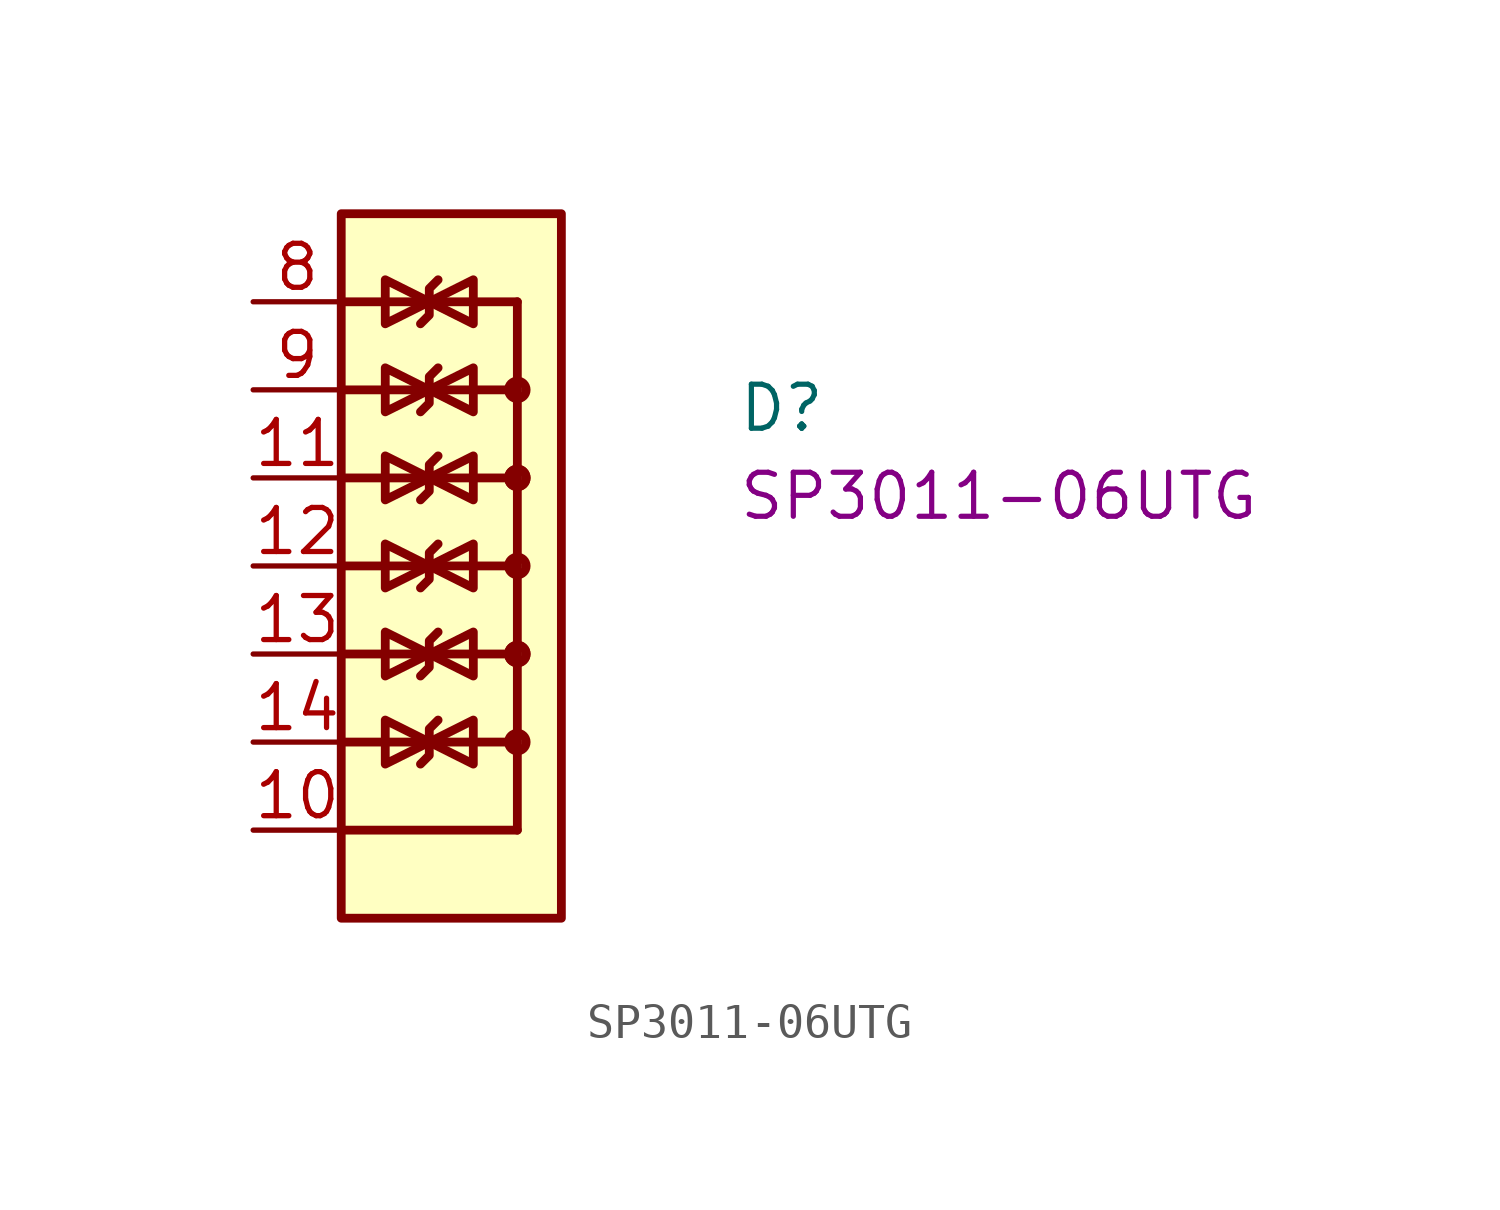
<source format=kicad_sym>
(kicad_symbol_lib
  (version 20220914)
  (generator kicad_symbol_editor)
  (symbol "SP3011-06UTG"
    (pin_names hide)
    (property "Reference" "D"
      (at 13.97 -3.81 0)
      (effects (font (size 1.27 1.27) (thickness 0.15)) (justify left bottom)))
    (property "MPN" "SP3011-06UTG"
      (at 13.97 -6.35 0)
      (effects (font (size 1.27 1.27) (thickness 0.15)) (justify left bottom)))
    (symbol "SP3011-06UTG_0_0"
      (pin passive line (at 0 -5.08 0) (length 2.54) (name "~" (effects (font (size 1.27 1.27)))) (number "11" (effects (font (size 1.27 1.27)))))
      (pin passive line (at 0 -7.62 0) (length 2.54) (name "~" (effects (font (size 1.27 1.27)))) (number "12" (effects (font (size 1.27 1.27)))))
      (pin passive line (at 0 -10.16 0) (length 2.54) (name "~" (effects (font (size 1.27 1.27)))) (number "13" (effects (font (size 1.27 1.27)))))
      (pin passive line (at 0 -12.7 0) (length 2.54) (name "~" (effects (font (size 1.27 1.27)))) (number "14" (effects (font (size 1.27 1.27))))))
    (symbol "SP3011-06UTG_1_1"
      (polyline (pts (xy 2.54 -12.7) (xy 7.62 -12.7)) (stroke (width 0.254) (type default)) (fill (type background)))
      (polyline (pts (xy 2.54 -10.16) (xy 7.62 -10.16)) (stroke (width 0.254) (type default)) (fill (type background)))
      (polyline (pts (xy 2.54 -7.62) (xy 7.62 -7.62)) (stroke (width 0.254) (type default)) (fill (type background)))
      (polyline (pts (xy 2.54 -5.08) (xy 7.62 -5.08)) (stroke (width 0.254) (type default)) (fill (type background)))
      (polyline (pts (xy 2.54 -2.54) (xy 7.62 -2.54)) (stroke (width 0.254) (type default)) (fill (type background)))
      (polyline (pts (xy 2.54 0) (xy 7.62 0)) (stroke (width 0.254) (type default)) (fill (type background)))
      (polyline (pts (xy 7.62 -15.24) (xy 2.54 -15.24)) (stroke (width 0.254) (type default)) (fill (type background)))
      (polyline (pts (xy 7.62 0) (xy 7.62 -15.24)) (stroke (width 0.254) (type default)) (fill (type background)))
      (polyline (pts (xy 4.826 -13.335) (xy 5.08 -13.081) (xy 5.08 -12.319) (xy 5.334 -12.065)) (stroke (width 0.254) (type default)) (fill (type background)))
      (polyline (pts (xy 4.826 -10.795) (xy 5.08 -10.541) (xy 5.08 -9.779) (xy 5.334 -9.525)) (stroke (width 0.254) (type default)) (fill (type background)))
      (polyline (pts (xy 4.826 -8.255) (xy 5.08 -8.001) (xy 5.08 -7.239) (xy 5.334 -6.985)) (stroke (width 0.254) (type default)) (fill (type background)))
      (polyline (pts (xy 4.826 -5.715) (xy 5.08 -5.461) (xy 5.08 -4.699) (xy 5.334 -4.445)) (stroke (width 0.254) (type default)) (fill (type background)))
      (polyline (pts (xy 4.826 -3.175) (xy 5.08 -2.921) (xy 5.08 -2.159) (xy 5.334 -1.905)) (stroke (width 0.254) (type default)) (fill (type background)))
      (polyline (pts (xy 4.826 -0.635) (xy 5.08 -0.381) (xy 5.08 0.381) (xy 5.334 0.635)) (stroke (width 0.254) (type default)) (fill (type background)))
      (polyline (pts (xy 5.08 -12.7) (xy 3.81 -13.335) (xy 3.81 -12.065) (xy 5.08 -12.7)) (stroke (width 0.254) (type default)) (fill (type background)))
      (polyline (pts (xy 5.08 -10.16) (xy 3.81 -10.795) (xy 3.81 -9.525) (xy 5.08 -10.16)) (stroke (width 0.254) (type default)) (fill (type background)))
      (polyline (pts (xy 5.08 -10.16) (xy 6.35 -9.525) (xy 6.35 -10.795) (xy 5.08 -10.16)) (stroke (width 0.254) (type default)) (fill (type background)))
      (polyline (pts (xy 5.08 -7.62) (xy 3.81 -8.255) (xy 3.81 -6.985) (xy 5.08 -7.62)) (stroke (width 0.254) (type default)) (fill (type background)))
      (polyline (pts (xy 5.08 -5.08) (xy 3.81 -5.715) (xy 3.81 -4.445) (xy 5.08 -5.08)) (stroke (width 0.254) (type default)) (fill (type background)))
      (polyline (pts (xy 5.08 -5.08) (xy 6.35 -4.445) (xy 6.35 -5.715) (xy 5.08 -5.08)) (stroke (width 0.254) (type default)) (fill (type background)))
      (polyline (pts (xy 5.08 -2.54) (xy 3.81 -3.175) (xy 3.81 -1.905) (xy 5.08 -2.54)) (stroke (width 0.254) (type default)) (fill (type background)))
      (polyline (pts (xy 5.08 -2.54) (xy 6.35 -3.175) (xy 6.35 -1.905) (xy 5.08 -2.54)) (stroke (width 0.254) (type default)) (fill (type background)))
      (polyline (pts (xy 5.08 0) (xy 3.81 -0.635) (xy 3.81 0.635) (xy 5.08 0)) (stroke (width 0.254) (type default)) (fill (type background)))
      (polyline (pts (xy 5.08 0) (xy 6.35 -0.635) (xy 6.35 0.635) (xy 5.08 0)) (stroke (width 0.254) (type default)) (fill (type background)))
      (polyline (pts (xy 6.35 -12.065) (xy 6.35 -13.335) (xy 5.08 -12.7) (xy 6.35 -12.065)) (stroke (width 0.254) (type default)) (fill (type background)))
      (polyline (pts (xy 6.35 -6.985) (xy 6.35 -8.255) (xy 5.08 -7.62) (xy 6.35 -6.985)) (stroke (width 0.254) (type default)) (fill (type background)))
      (rectangle (start 2.54 2.54) (end 8.89 -17.78) (stroke (width 0.254) (type default)) (fill (type background)))
      (circle (center 7.62 -12.7) (radius 0.254) (stroke (width 0.254) (type default)) (fill (type background)))
      (circle (center 7.62 -10.16) (radius 0.254) (stroke (width 0.254) (type default)) (fill (type background)))
      (circle (center 7.62 -10.16) (radius 0.254) (stroke (width 0.254) (type default)) (fill (type background)))
      (circle (center 7.62 -7.62) (radius 0.254) (stroke (width 0.254) (type default)) (fill (type background)))
      (circle (center 7.62 -5.08) (radius 0.254) (stroke (width 0.254) (type default)) (fill (type background)))
      (circle (center 7.62 -5.08) (radius 0.254) (stroke (width 0.254) (type default)) (fill (type background)))
      (circle (center 7.62 -2.54) (radius 0.254) (stroke (width 0.254) (type default)) (fill (type background)))
      (pin passive line (at 0 -12.7 0) (length 2.54) hide (name "~" (effects (font (size 1.27 1.27)))) (number "1" (effects (font (size 1.27 1.27)))))
      (pin passive line (at 0 -15.24 0) (length 2.54) (name "~" (effects (font (size 1.27 1.27)))) (number "10" (effects (font (size 1.27 1.27)))))
      (pin passive line (at 0 -10.16 0) (length 2.54) hide (name "~" (effects (font (size 1.27 1.27)))) (number "2" (effects (font (size 1.27 1.27)))))
      (pin passive line (at 0 -7.62 0) (length 2.54) hide (name "~" (effects (font (size 1.27 1.27)))) (number "3" (effects (font (size 1.27 1.27)))))
      (pin passive line (at 0 -5.08 0) (length 2.54) hide (name "~" (effects (font (size 1.27 1.27)))) (number "4" (effects (font (size 1.27 1.27)))))
      (pin passive line (at 0 -15.24 0) (length 2.54) hide (name "~" (effects (font (size 1.27 1.27)))) (number "5" (effects (font (size 1.27 1.27)))))
      (pin passive line (at 0 -2.54 0) (length 2.54) hide (name "~" (effects (font (size 1.27 1.27)))) (number "6" (effects (font (size 1.27 1.27)))))
      (pin passive line (at 0 0 0) (length 2.54) hide (name "~" (effects (font (size 1.27 1.27)))) (number "7" (effects (font (size 1.27 1.27)))))
      (pin passive line (at 0 0 0) (length 2.54) (name "~" (effects (font (size 1.27 1.27)))) (number "8" (effects (font (size 1.27 1.27)))))
      (pin passive line (at 0 -2.54 0) (length 2.54) (name "~" (effects (font (size 1.27 1.27)))) (number "9" (effects (font (size 1.27 1.27))))))))
</source>
